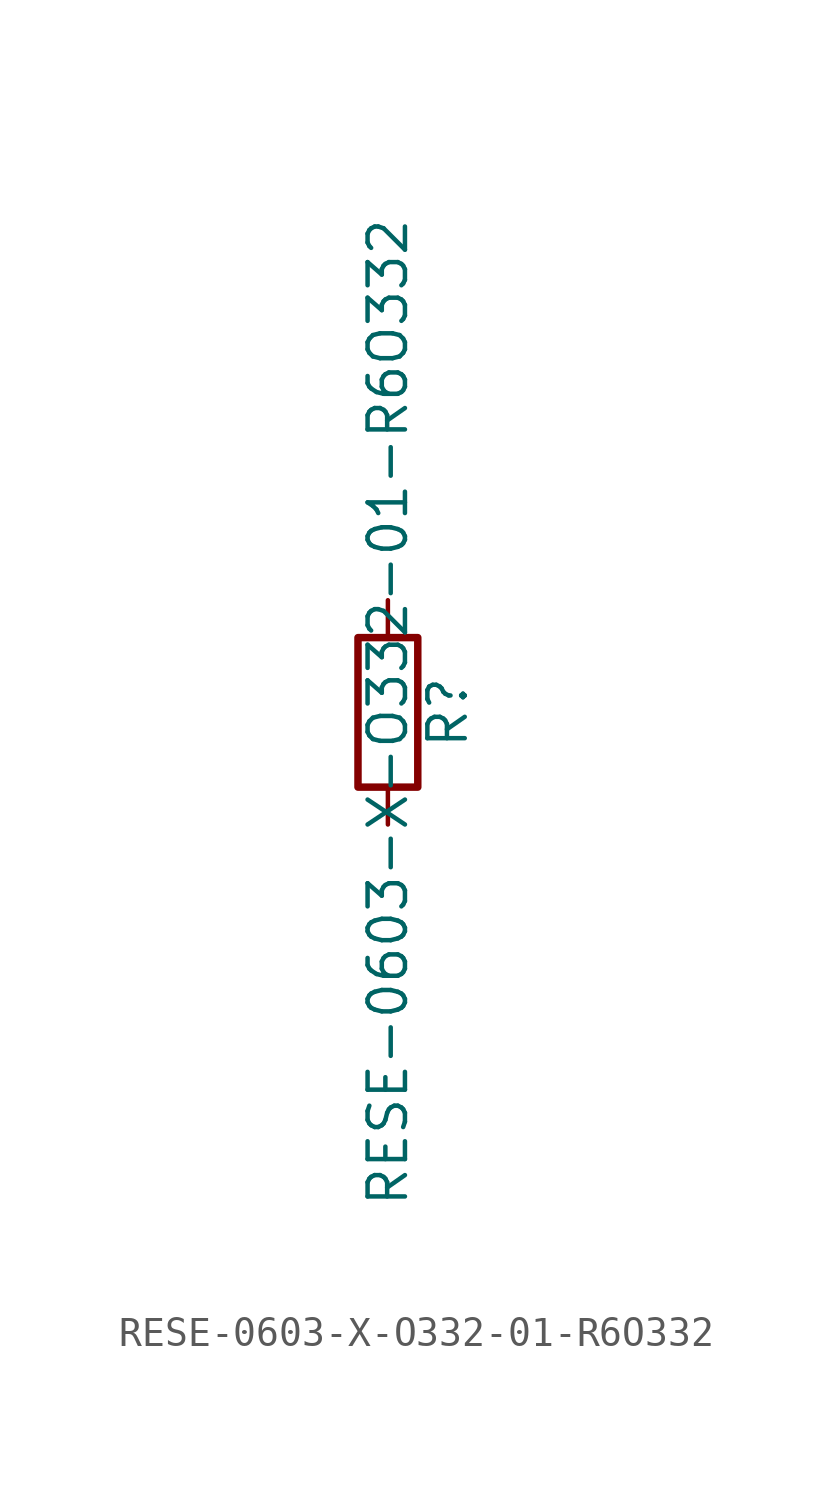
<source format=kicad_sym>
(kicad_symbol_lib
  (version 20211014)
  (generator kicad_symbol_editor)
  (symbol "RESE-0603-X-O332-01-R6O332"
    (pin_numbers hide)
    (pin_names
      (offset 0))
    (property "Reference" "R"
      (at 2.032 0 90)
      (effects (font (size 1.27 1.27))))
    (property "Value" "RESE-0603-X-O332-01-R6O332"
      (at 0 0 90)
      (effects (font (size 1.27 1.27))))
    (symbol "RESE-0603-X-O332-01-R6O332_0_1"
      (rectangle (start -1.016 -2.54) (end 1.016 2.54) (stroke (width 0.254) (type default) (color 0 0 0 0)) (fill (type none))))
    (symbol "RESE-0603-X-O332-01-R6O332_1_1"
      (pin passive line (at 0 3.81 270) (length 1.27) (name "~" (effects (font (size 1.27 1.27)))) (number "1" (effects (font (size 1.27 1.27)))))
      (pin passive line (at 0 -3.81 90) (length 1.27) (name "~" (effects (font (size 1.27 1.27)))) (number "2" (effects (font (size 1.27 1.27))))))))
</source>
